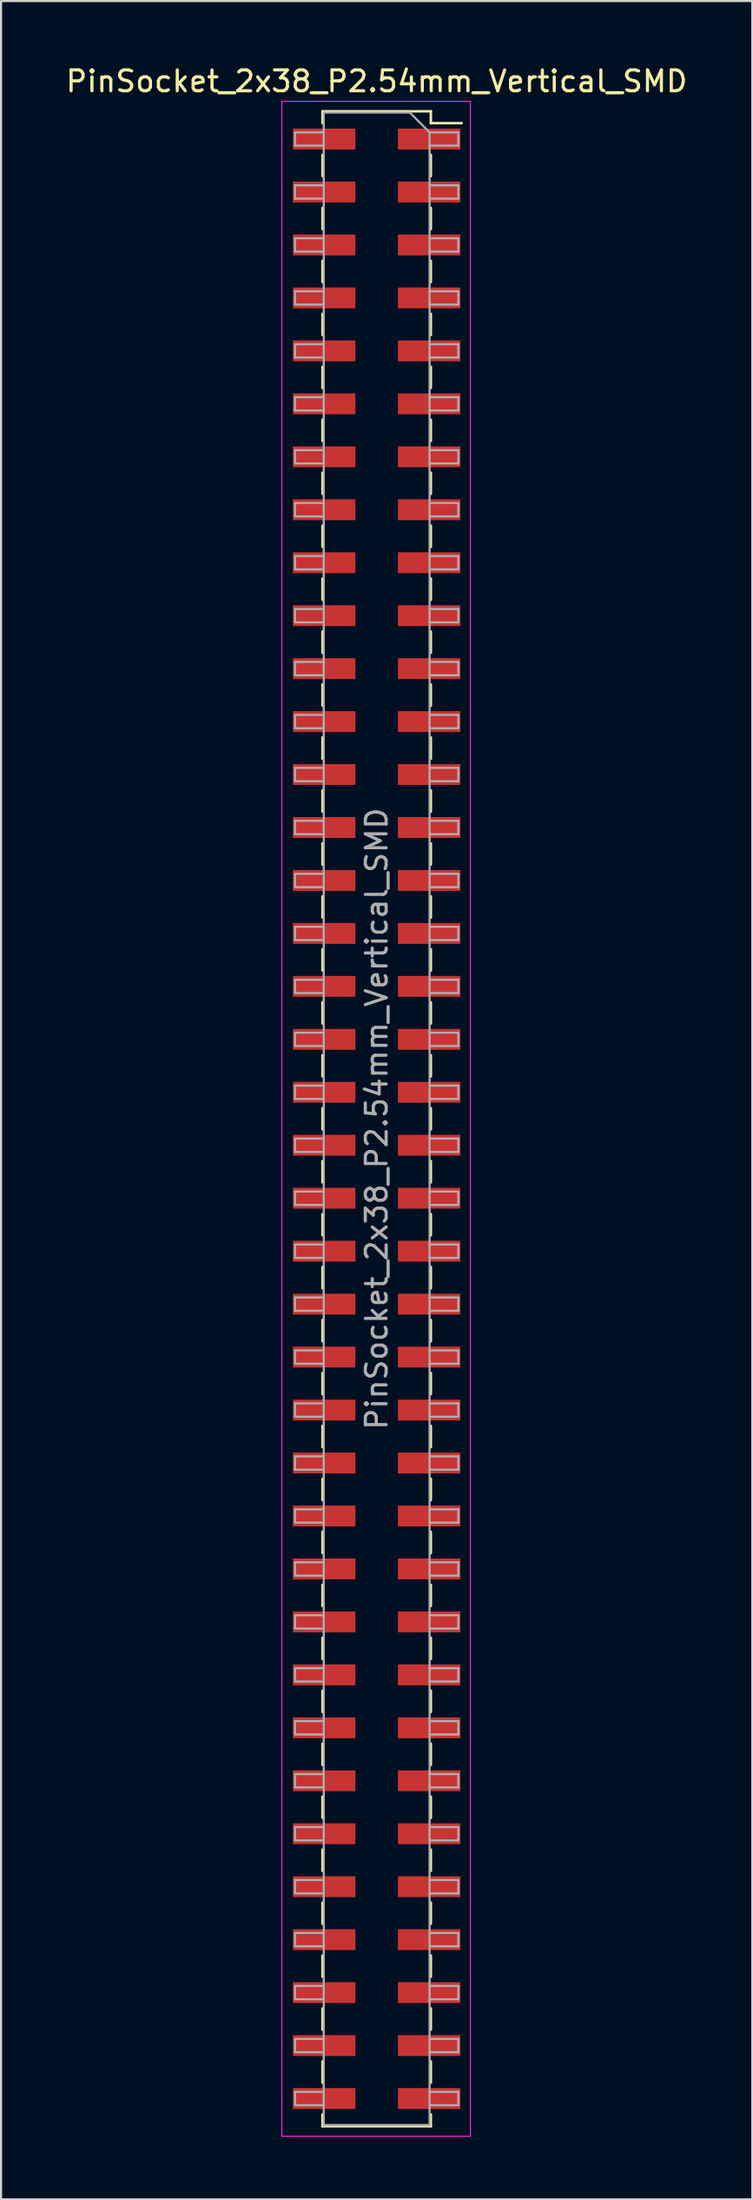
<source format=kicad_pcb>
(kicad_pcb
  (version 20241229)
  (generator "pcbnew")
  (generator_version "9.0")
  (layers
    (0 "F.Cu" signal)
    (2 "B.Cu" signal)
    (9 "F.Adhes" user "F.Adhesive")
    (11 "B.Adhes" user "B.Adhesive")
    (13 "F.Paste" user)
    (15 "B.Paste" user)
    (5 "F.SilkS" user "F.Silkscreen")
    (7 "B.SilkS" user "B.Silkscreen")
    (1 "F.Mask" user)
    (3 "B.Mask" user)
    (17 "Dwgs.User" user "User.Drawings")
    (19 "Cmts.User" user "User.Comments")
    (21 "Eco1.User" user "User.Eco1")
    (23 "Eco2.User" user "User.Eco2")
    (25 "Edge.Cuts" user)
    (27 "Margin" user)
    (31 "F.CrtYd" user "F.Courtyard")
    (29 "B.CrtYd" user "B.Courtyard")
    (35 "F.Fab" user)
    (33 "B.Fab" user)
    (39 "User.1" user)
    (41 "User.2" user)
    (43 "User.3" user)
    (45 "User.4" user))
  (footprint "PinSocket_2x38_P2.54mm_Vertical_SMD"
    (layer "F.Cu")
    (at 15.03 50.608)
    (property "Reference" "PinSocket_2x38_P2.54mm_Vertical_SMD" (at 0 -49.76 0) (layer "F.SilkS") (effects (font (size 1 1) (thickness 0.15))))
    (attr smd)
    (fp_line (start -2.6 -48.32) (end 2.6 -48.32) (stroke (width 0.12) (type solid)) (layer "F.SilkS"))
    (fp_line (start -2.6 -47.75) (end -2.6 -48.32) (stroke (width 0.12) (type solid)) (layer "F.SilkS"))
    (fp_line (start -2.6 -46.23) (end -2.6 -45.21) (stroke (width 0.12) (type solid)) (layer "F.SilkS"))
    (fp_line (start -2.6 -43.69) (end -2.6 -42.67) (stroke (width 0.12) (type solid)) (layer "F.SilkS"))
    (fp_line (start -2.6 -41.15) (end -2.6 -40.13) (stroke (width 0.12) (type solid)) (layer "F.SilkS"))
    (fp_line (start -2.6 -38.61) (end -2.6 -37.59) (stroke (width 0.12) (type solid)) (layer "F.SilkS"))
    (fp_line (start -2.6 -36.07) (end -2.6 -35.05) (stroke (width 0.12) (type solid)) (layer "F.SilkS"))
    (fp_line (start -2.6 -33.53) (end -2.6 -32.51) (stroke (width 0.12) (type solid)) (layer "F.SilkS"))
    (fp_line (start -2.6 -30.99) (end -2.6 -29.97) (stroke (width 0.12) (type solid)) (layer "F.SilkS"))
    (fp_line (start -2.6 -28.45) (end -2.6 -27.43) (stroke (width 0.12) (type solid)) (layer "F.SilkS"))
    (fp_line (start -2.6 -25.91) (end -2.6 -24.89) (stroke (width 0.12) (type solid)) (layer "F.SilkS"))
    (fp_line (start -2.6 -23.37) (end -2.6 -22.35) (stroke (width 0.12) (type solid)) (layer "F.SilkS"))
    (fp_line (start -2.6 -20.83) (end -2.6 -19.81) (stroke (width 0.12) (type solid)) (layer "F.SilkS"))
    (fp_line (start -2.6 -18.29) (end -2.6 -17.27) (stroke (width 0.12) (type solid)) (layer "F.SilkS"))
    (fp_line (start -2.6 -15.75) (end -2.6 -14.73) (stroke (width 0.12) (type solid)) (layer "F.SilkS"))
    (fp_line (start -2.6 -13.21) (end -2.6 -12.19) (stroke (width 0.12) (type solid)) (layer "F.SilkS"))
    (fp_line (start -2.6 -10.67) (end -2.6 -9.65) (stroke (width 0.12) (type solid)) (layer "F.SilkS"))
    (fp_line (start -2.6 -8.13) (end -2.6 -7.11) (stroke (width 0.12) (type solid)) (layer "F.SilkS"))
    (fp_line (start -2.6 -5.59) (end -2.6 -4.57) (stroke (width 0.12) (type solid)) (layer "F.SilkS"))
    (fp_line (start -2.6 -3.05) (end -2.6 -2.03) (stroke (width 0.12) (type solid)) (layer "F.SilkS"))
    (fp_line (start -2.6 -0.51) (end -2.6 0.51) (stroke (width 0.12) (type solid)) (layer "F.SilkS"))
    (fp_line (start -2.6 2.03) (end -2.6 3.05) (stroke (width 0.12) (type solid)) (layer "F.SilkS"))
    (fp_line (start -2.6 4.57) (end -2.6 5.59) (stroke (width 0.12) (type solid)) (layer "F.SilkS"))
    (fp_line (start -2.6 7.11) (end -2.6 8.13) (stroke (width 0.12) (type solid)) (layer "F.SilkS"))
    (fp_line (start -2.6 9.65) (end -2.6 10.67) (stroke (width 0.12) (type solid)) (layer "F.SilkS"))
    (fp_line (start -2.6 12.19) (end -2.6 13.21) (stroke (width 0.12) (type solid)) (layer "F.SilkS"))
    (fp_line (start -2.6 14.73) (end -2.6 15.75) (stroke (width 0.12) (type solid)) (layer "F.SilkS"))
    (fp_line (start -2.6 17.27) (end -2.6 18.29) (stroke (width 0.12) (type solid)) (layer "F.SilkS"))
    (fp_line (start -2.6 19.81) (end -2.6 20.83) (stroke (width 0.12) (type solid)) (layer "F.SilkS"))
    (fp_line (start -2.6 22.35) (end -2.6 23.37) (stroke (width 0.12) (type solid)) (layer "F.SilkS"))
    (fp_line (start -2.6 24.89) (end -2.6 25.91) (stroke (width 0.12) (type solid)) (layer "F.SilkS"))
    (fp_line (start -2.6 27.43) (end -2.6 28.45) (stroke (width 0.12) (type solid)) (layer "F.SilkS"))
    (fp_line (start -2.6 29.97) (end -2.6 30.99) (stroke (width 0.12) (type solid)) (layer "F.SilkS"))
    (fp_line (start -2.6 32.51) (end -2.6 33.53) (stroke (width 0.12) (type solid)) (layer "F.SilkS"))
    (fp_line (start -2.6 35.05) (end -2.6 36.07) (stroke (width 0.12) (type solid)) (layer "F.SilkS"))
    (fp_line (start -2.6 37.59) (end -2.6 38.61) (stroke (width 0.12) (type solid)) (layer "F.SilkS"))
    (fp_line (start -2.6 40.13) (end -2.6 41.15) (stroke (width 0.12) (type solid)) (layer "F.SilkS"))
    (fp_line (start -2.6 42.67) (end -2.6 43.69) (stroke (width 0.12) (type solid)) (layer "F.SilkS"))
    (fp_line (start -2.6 45.21) (end -2.6 46.23) (stroke (width 0.12) (type solid)) (layer "F.SilkS"))
    (fp_line (start -2.6 48.32) (end -2.6 47.75) (stroke (width 0.12) (type solid)) (layer "F.SilkS"))
    (fp_line (start 2.6 -48.32) (end 2.6 -47.75) (stroke (width 0.12) (type solid)) (layer "F.SilkS"))
    (fp_line (start 2.6 -47.75) (end 4.08 -47.75) (stroke (width 0.12) (type solid)) (layer "F.SilkS"))
    (fp_line (start 2.6 -45.21) (end 2.6 -46.23) (stroke (width 0.12) (type solid)) (layer "F.SilkS"))
    (fp_line (start 2.6 -42.67) (end 2.6 -43.69) (stroke (width 0.12) (type solid)) (layer "F.SilkS"))
    (fp_line (start 2.6 -40.13) (end 2.6 -41.15) (stroke (width 0.12) (type solid)) (layer "F.SilkS"))
    (fp_line (start 2.6 -37.59) (end 2.6 -38.61) (stroke (width 0.12) (type solid)) (layer "F.SilkS"))
    (fp_line (start 2.6 -35.05) (end 2.6 -36.07) (stroke (width 0.12) (type solid)) (layer "F.SilkS"))
    (fp_line (start 2.6 -32.51) (end 2.6 -33.53) (stroke (width 0.12) (type solid)) (layer "F.SilkS"))
    (fp_line (start 2.6 -29.97) (end 2.6 -30.99) (stroke (width 0.12) (type solid)) (layer "F.SilkS"))
    (fp_line (start 2.6 -27.43) (end 2.6 -28.45) (stroke (width 0.12) (type solid)) (layer "F.SilkS"))
    (fp_line (start 2.6 -24.89) (end 2.6 -25.91) (stroke (width 0.12) (type solid)) (layer "F.SilkS"))
    (fp_line (start 2.6 -22.35) (end 2.6 -23.37) (stroke (width 0.12) (type solid)) (layer "F.SilkS"))
    (fp_line (start 2.6 -19.81) (end 2.6 -20.83) (stroke (width 0.12) (type solid)) (layer "F.SilkS"))
    (fp_line (start 2.6 -17.27) (end 2.6 -18.29) (stroke (width 0.12) (type solid)) (layer "F.SilkS"))
    (fp_line (start 2.6 -14.73) (end 2.6 -15.75) (stroke (width 0.12) (type solid)) (layer "F.SilkS"))
    (fp_line (start 2.6 -12.19) (end 2.6 -13.21) (stroke (width 0.12) (type solid)) (layer "F.SilkS"))
    (fp_line (start 2.6 -9.65) (end 2.6 -10.67) (stroke (width 0.12) (type solid)) (layer "F.SilkS"))
    (fp_line (start 2.6 -7.11) (end 2.6 -8.13) (stroke (width 0.12) (type solid)) (layer "F.SilkS"))
    (fp_line (start 2.6 -4.57) (end 2.6 -5.59) (stroke (width 0.12) (type solid)) (layer "F.SilkS"))
    (fp_line (start 2.6 -2.03) (end 2.6 -3.05) (stroke (width 0.12) (type solid)) (layer "F.SilkS"))
    (fp_line (start 2.6 0.51) (end 2.6 -0.51) (stroke (width 0.12) (type solid)) (layer "F.SilkS"))
    (fp_line (start 2.6 3.05) (end 2.6 2.03) (stroke (width 0.12) (type solid)) (layer "F.SilkS"))
    (fp_line (start 2.6 5.59) (end 2.6 4.57) (stroke (width 0.12) (type solid)) (layer "F.SilkS"))
    (fp_line (start 2.6 8.13) (end 2.6 7.11) (stroke (width 0.12) (type solid)) (layer "F.SilkS"))
    (fp_line (start 2.6 10.67) (end 2.6 9.65) (stroke (width 0.12) (type solid)) (layer "F.SilkS"))
    (fp_line (start 2.6 13.21) (end 2.6 12.19) (stroke (width 0.12) (type solid)) (layer "F.SilkS"))
    (fp_line (start 2.6 15.75) (end 2.6 14.73) (stroke (width 0.12) (type solid)) (layer "F.SilkS"))
    (fp_line (start 2.6 18.29) (end 2.6 17.27) (stroke (width 0.12) (type solid)) (layer "F.SilkS"))
    (fp_line (start 2.6 20.83) (end 2.6 19.81) (stroke (width 0.12) (type solid)) (layer "F.SilkS"))
    (fp_line (start 2.6 23.37) (end 2.6 22.35) (stroke (width 0.12) (type solid)) (layer "F.SilkS"))
    (fp_line (start 2.6 25.91) (end 2.6 24.89) (stroke (width 0.12) (type solid)) (layer "F.SilkS"))
    (fp_line (start 2.6 28.45) (end 2.6 27.43) (stroke (width 0.12) (type solid)) (layer "F.SilkS"))
    (fp_line (start 2.6 30.99) (end 2.6 29.97) (stroke (width 0.12) (type solid)) (layer "F.SilkS"))
    (fp_line (start 2.6 33.53) (end 2.6 32.51) (stroke (width 0.12) (type solid)) (layer "F.SilkS"))
    (fp_line (start 2.6 36.07) (end 2.6 35.05) (stroke (width 0.12) (type solid)) (layer "F.SilkS"))
    (fp_line (start 2.6 38.61) (end 2.6 37.59) (stroke (width 0.12) (type solid)) (layer "F.SilkS"))
    (fp_line (start 2.6 41.15) (end 2.6 40.13) (stroke (width 0.12) (type solid)) (layer "F.SilkS"))
    (fp_line (start 2.6 43.69) (end 2.6 42.67) (stroke (width 0.12) (type solid)) (layer "F.SilkS"))
    (fp_line (start 2.6 46.23) (end 2.6 45.21) (stroke (width 0.12) (type solid)) (layer "F.SilkS"))
    (fp_line (start 2.6 47.75) (end 2.6 48.32) (stroke (width 0.12) (type solid)) (layer "F.SilkS"))
    (fp_line (start 2.6 48.32) (end -2.6 48.32) (stroke (width 0.12) (type solid)) (layer "F.SilkS"))
    (fp_line (start -4.55 -48.8) (end 4.5 -48.8) (stroke (width 0.05) (type solid)) (layer "F.CrtYd"))
    (fp_line (start -4.55 48.8) (end -4.55 -48.8) (stroke (width 0.05) (type solid)) (layer "F.CrtYd"))
    (fp_line (start 4.5 -48.8) (end 4.5 48.8) (stroke (width 0.05) (type solid)) (layer "F.CrtYd"))
    (fp_line (start 4.5 48.8) (end -4.55 48.8) (stroke (width 0.05) (type solid)) (layer "F.CrtYd"))
    (fp_line (start -3.92 -47.31) (end -2.54 -47.31) (stroke (width 0.1) (type solid)) (layer "F.Fab"))
    (fp_line (start -3.92 -46.67) (end -3.92 -47.31) (stroke (width 0.1) (type solid)) (layer "F.Fab"))
    (fp_line (start -3.92 -44.77) (end -2.54 -44.77) (stroke (width 0.1) (type solid)) (layer "F.Fab"))
    (fp_line (start -3.92 -44.13) (end -3.92 -44.77) (stroke (width 0.1) (type solid)) (layer "F.Fab"))
    (fp_line (start -3.92 -42.23) (end -2.54 -42.23) (stroke (width 0.1) (type solid)) (layer "F.Fab"))
    (fp_line (start -3.92 -41.59) (end -3.92 -42.23) (stroke (width 0.1) (type solid)) (layer "F.Fab"))
    (fp_line (start -3.92 -39.69) (end -2.54 -39.69) (stroke (width 0.1) (type solid)) (layer "F.Fab"))
    (fp_line (start -3.92 -39.05) (end -3.92 -39.69) (stroke (width 0.1) (type solid)) (layer "F.Fab"))
    (fp_line (start -3.92 -37.15) (end -2.54 -37.15) (stroke (width 0.1) (type solid)) (layer "F.Fab"))
    (fp_line (start -3.92 -36.51) (end -3.92 -37.15) (stroke (width 0.1) (type solid)) (layer "F.Fab"))
    (fp_line (start -3.92 -34.61) (end -2.54 -34.61) (stroke (width 0.1) (type solid)) (layer "F.Fab"))
    (fp_line (start -3.92 -33.97) (end -3.92 -34.61) (stroke (width 0.1) (type solid)) (layer "F.Fab"))
    (fp_line (start -3.92 -32.07) (end -2.54 -32.07) (stroke (width 0.1) (type solid)) (layer "F.Fab"))
    (fp_line (start -3.92 -31.43) (end -3.92 -32.07) (stroke (width 0.1) (type solid)) (layer "F.Fab"))
    (fp_line (start -3.92 -29.53) (end -2.54 -29.53) (stroke (width 0.1) (type solid)) (layer "F.Fab"))
    (fp_line (start -3.92 -28.89) (end -3.92 -29.53) (stroke (width 0.1) (type solid)) (layer "F.Fab"))
    (fp_line (start -3.92 -26.99) (end -2.54 -26.99) (stroke (width 0.1) (type solid)) (layer "F.Fab"))
    (fp_line (start -3.92 -26.35) (end -3.92 -26.99) (stroke (width 0.1) (type solid)) (layer "F.Fab"))
    (fp_line (start -3.92 -24.45) (end -2.54 -24.45) (stroke (width 0.1) (type solid)) (layer "F.Fab"))
    (fp_line (start -3.92 -23.81) (end -3.92 -24.45) (stroke (width 0.1) (type solid)) (layer "F.Fab"))
    (fp_line (start -3.92 -21.91) (end -2.54 -21.91) (stroke (width 0.1) (type solid)) (layer "F.Fab"))
    (fp_line (start -3.92 -21.27) (end -3.92 -21.91) (stroke (width 0.1) (type solid)) (layer "F.Fab"))
    (fp_line (start -3.92 -19.37) (end -2.54 -19.37) (stroke (width 0.1) (type solid)) (layer "F.Fab"))
    (fp_line (start -3.92 -18.73) (end -3.92 -19.37) (stroke (width 0.1) (type solid)) (layer "F.Fab"))
    (fp_line (start -3.92 -16.83) (end -2.54 -16.83) (stroke (width 0.1) (type solid)) (layer "F.Fab"))
    (fp_line (start -3.92 -16.19) (end -3.92 -16.83) (stroke (width 0.1) (type solid)) (layer "F.Fab"))
    (fp_line (start -3.92 -14.29) (end -2.54 -14.29) (stroke (width 0.1) (type solid)) (layer "F.Fab"))
    (fp_line (start -3.92 -13.65) (end -3.92 -14.29) (stroke (width 0.1) (type solid)) (layer "F.Fab"))
    (fp_line (start -3.92 -11.75) (end -2.54 -11.75) (stroke (width 0.1) (type solid)) (layer "F.Fab"))
    (fp_line (start -3.92 -11.11) (end -3.92 -11.75) (stroke (width 0.1) (type solid)) (layer "F.Fab"))
    (fp_line (start -3.92 -9.21) (end -2.54 -9.21) (stroke (width 0.1) (type solid)) (layer "F.Fab"))
    (fp_line (start -3.92 -8.57) (end -3.92 -9.21) (stroke (width 0.1) (type solid)) (layer "F.Fab"))
    (fp_line (start -3.92 -6.67) (end -2.54 -6.67) (stroke (width 0.1) (type solid)) (layer "F.Fab"))
    (fp_line (start -3.92 -6.03) (end -3.92 -6.67) (stroke (width 0.1) (type solid)) (layer "F.Fab"))
    (fp_line (start -3.92 -4.13) (end -2.54 -4.13) (stroke (width 0.1) (type solid)) (layer "F.Fab"))
    (fp_line (start -3.92 -3.49) (end -3.92 -4.13) (stroke (width 0.1) (type solid)) (layer "F.Fab"))
    (fp_line (start -3.92 -1.59) (end -2.54 -1.59) (stroke (width 0.1) (type solid)) (layer "F.Fab"))
    (fp_line (start -3.92 -0.95) (end -3.92 -1.59) (stroke (width 0.1) (type solid)) (layer "F.Fab"))
    (fp_line (start -3.92 0.95) (end -2.54 0.95) (stroke (width 0.1) (type solid)) (layer "F.Fab"))
    (fp_line (start -3.92 1.59) (end -3.92 0.95) (stroke (width 0.1) (type solid)) (layer "F.Fab"))
    (fp_line (start -3.92 3.49) (end -2.54 3.49) (stroke (width 0.1) (type solid)) (layer "F.Fab"))
    (fp_line (start -3.92 4.13) (end -3.92 3.49) (stroke (width 0.1) (type solid)) (layer "F.Fab"))
    (fp_line (start -3.92 6.03) (end -2.54 6.03) (stroke (width 0.1) (type solid)) (layer "F.Fab"))
    (fp_line (start -3.92 6.67) (end -3.92 6.03) (stroke (width 0.1) (type solid)) (layer "F.Fab"))
    (fp_line (start -3.92 8.57) (end -2.54 8.57) (stroke (width 0.1) (type solid)) (layer "F.Fab"))
    (fp_line (start -3.92 9.21) (end -3.92 8.57) (stroke (width 0.1) (type solid)) (layer "F.Fab"))
    (fp_line (start -3.92 11.11) (end -2.54 11.11) (stroke (width 0.1) (type solid)) (layer "F.Fab"))
    (fp_line (start -3.92 11.75) (end -3.92 11.11) (stroke (width 0.1) (type solid)) (layer "F.Fab"))
    (fp_line (start -3.92 13.65) (end -2.54 13.65) (stroke (width 0.1) (type solid)) (layer "F.Fab"))
    (fp_line (start -3.92 14.29) (end -3.92 13.65) (stroke (width 0.1) (type solid)) (layer "F.Fab"))
    (fp_line (start -3.92 16.19) (end -2.54 16.19) (stroke (width 0.1) (type solid)) (layer "F.Fab"))
    (fp_line (start -3.92 16.83) (end -3.92 16.19) (stroke (width 0.1) (type solid)) (layer "F.Fab"))
    (fp_line (start -3.92 18.73) (end -2.54 18.73) (stroke (width 0.1) (type solid)) (layer "F.Fab"))
    (fp_line (start -3.92 19.37) (end -3.92 18.73) (stroke (width 0.1) (type solid)) (layer "F.Fab"))
    (fp_line (start -3.92 21.27) (end -2.54 21.27) (stroke (width 0.1) (type solid)) (layer "F.Fab"))
    (fp_line (start -3.92 21.91) (end -3.92 21.27) (stroke (width 0.1) (type solid)) (layer "F.Fab"))
    (fp_line (start -3.92 23.81) (end -2.54 23.81) (stroke (width 0.1) (type solid)) (layer "F.Fab"))
    (fp_line (start -3.92 24.45) (end -3.92 23.81) (stroke (width 0.1) (type solid)) (layer "F.Fab"))
    (fp_line (start -3.92 26.35) (end -2.54 26.35) (stroke (width 0.1) (type solid)) (layer "F.Fab"))
    (fp_line (start -3.92 26.99) (end -3.92 26.35) (stroke (width 0.1) (type solid)) (layer "F.Fab"))
    (fp_line (start -3.92 28.89) (end -2.54 28.89) (stroke (width 0.1) (type solid)) (layer "F.Fab"))
    (fp_line (start -3.92 29.53) (end -3.92 28.89) (stroke (width 0.1) (type solid)) (layer "F.Fab"))
    (fp_line (start -3.92 31.43) (end -2.54 31.43) (stroke (width 0.1) (type solid)) (layer "F.Fab"))
    (fp_line (start -3.92 32.07) (end -3.92 31.43) (stroke (width 0.1) (type solid)) (layer "F.Fab"))
    (fp_line (start -3.92 33.97) (end -2.54 33.97) (stroke (width 0.1) (type solid)) (layer "F.Fab"))
    (fp_line (start -3.92 34.61) (end -3.92 33.97) (stroke (width 0.1) (type solid)) (layer "F.Fab"))
    (fp_line (start -3.92 36.51) (end -2.54 36.51) (stroke (width 0.1) (type solid)) (layer "F.Fab"))
    (fp_line (start -3.92 37.15) (end -3.92 36.51) (stroke (width 0.1) (type solid)) (layer "F.Fab"))
    (fp_line (start -3.92 39.05) (end -2.54 39.05) (stroke (width 0.1) (type solid)) (layer "F.Fab"))
    (fp_line (start -3.92 39.69) (end -3.92 39.05) (stroke (width 0.1) (type solid)) (layer "F.Fab"))
    (fp_line (start -3.92 41.59) (end -2.54 41.59) (stroke (width 0.1) (type solid)) (layer "F.Fab"))
    (fp_line (start -3.92 42.23) (end -3.92 41.59) (stroke (width 0.1) (type solid)) (layer "F.Fab"))
    (fp_line (start -3.92 44.13) (end -2.54 44.13) (stroke (width 0.1) (type solid)) (layer "F.Fab"))
    (fp_line (start -3.92 44.77) (end -3.92 44.13) (stroke (width 0.1) (type solid)) (layer "F.Fab"))
    (fp_line (start -3.92 46.67) (end -2.54 46.67) (stroke (width 0.1) (type solid)) (layer "F.Fab"))
    (fp_line (start -3.92 47.31) (end -3.92 46.67) (stroke (width 0.1) (type solid)) (layer "F.Fab"))
    (fp_line (start -2.54 -48.26) (end 1.59 -48.26) (stroke (width 0.1) (type solid)) (layer "F.Fab"))
    (fp_line (start -2.54 -46.67) (end -3.92 -46.67) (stroke (width 0.1) (type solid)) (layer "F.Fab"))
    (fp_line (start -2.54 -44.13) (end -3.92 -44.13) (stroke (width 0.1) (type solid)) (layer "F.Fab"))
    (fp_line (start -2.54 -41.59) (end -3.92 -41.59) (stroke (width 0.1) (type solid)) (layer "F.Fab"))
    (fp_line (start -2.54 -39.05) (end -3.92 -39.05) (stroke (width 0.1) (type solid)) (layer "F.Fab"))
    (fp_line (start -2.54 -36.51) (end -3.92 -36.51) (stroke (width 0.1) (type solid)) (layer "F.Fab"))
    (fp_line (start -2.54 -33.97) (end -3.92 -33.97) (stroke (width 0.1) (type solid)) (layer "F.Fab"))
    (fp_line (start -2.54 -31.43) (end -3.92 -31.43) (stroke (width 0.1) (type solid)) (layer "F.Fab"))
    (fp_line (start -2.54 -28.89) (end -3.92 -28.89) (stroke (width 0.1) (type solid)) (layer "F.Fab"))
    (fp_line (start -2.54 -26.35) (end -3.92 -26.35) (stroke (width 0.1) (type solid)) (layer "F.Fab"))
    (fp_line (start -2.54 -23.81) (end -3.92 -23.81) (stroke (width 0.1) (type solid)) (layer "F.Fab"))
    (fp_line (start -2.54 -21.27) (end -3.92 -21.27) (stroke (width 0.1) (type solid)) (layer "F.Fab"))
    (fp_line (start -2.54 -18.73) (end -3.92 -18.73) (stroke (width 0.1) (type solid)) (layer "F.Fab"))
    (fp_line (start -2.54 -16.19) (end -3.92 -16.19) (stroke (width 0.1) (type solid)) (layer "F.Fab"))
    (fp_line (start -2.54 -13.65) (end -3.92 -13.65) (stroke (width 0.1) (type solid)) (layer "F.Fab"))
    (fp_line (start -2.54 -11.11) (end -3.92 -11.11) (stroke (width 0.1) (type solid)) (layer "F.Fab"))
    (fp_line (start -2.54 -8.57) (end -3.92 -8.57) (stroke (width 0.1) (type solid)) (layer "F.Fab"))
    (fp_line (start -2.54 -6.03) (end -3.92 -6.03) (stroke (width 0.1) (type solid)) (layer "F.Fab"))
    (fp_line (start -2.54 -3.49) (end -3.92 -3.49) (stroke (width 0.1) (type solid)) (layer "F.Fab"))
    (fp_line (start -2.54 -0.95) (end -3.92 -0.95) (stroke (width 0.1) (type solid)) (layer "F.Fab"))
    (fp_line (start -2.54 1.59) (end -3.92 1.59) (stroke (width 0.1) (type solid)) (layer "F.Fab"))
    (fp_line (start -2.54 4.13) (end -3.92 4.13) (stroke (width 0.1) (type solid)) (layer "F.Fab"))
    (fp_line (start -2.54 6.67) (end -3.92 6.67) (stroke (width 0.1) (type solid)) (layer "F.Fab"))
    (fp_line (start -2.54 9.21) (end -3.92 9.21) (stroke (width 0.1) (type solid)) (layer "F.Fab"))
    (fp_line (start -2.54 11.75) (end -3.92 11.75) (stroke (width 0.1) (type solid)) (layer "F.Fab"))
    (fp_line (start -2.54 14.29) (end -3.92 14.29) (stroke (width 0.1) (type solid)) (layer "F.Fab"))
    (fp_line (start -2.54 16.83) (end -3.92 16.83) (stroke (width 0.1) (type solid)) (layer "F.Fab"))
    (fp_line (start -2.54 19.37) (end -3.92 19.37) (stroke (width 0.1) (type solid)) (layer "F.Fab"))
    (fp_line (start -2.54 21.91) (end -3.92 21.91) (stroke (width 0.1) (type solid)) (layer "F.Fab"))
    (fp_line (start -2.54 24.45) (end -3.92 24.45) (stroke (width 0.1) (type solid)) (layer "F.Fab"))
    (fp_line (start -2.54 26.99) (end -3.92 26.99) (stroke (width 0.1) (type solid)) (layer "F.Fab"))
    (fp_line (start -2.54 29.53) (end -3.92 29.53) (stroke (width 0.1) (type solid)) (layer "F.Fab"))
    (fp_line (start -2.54 32.07) (end -3.92 32.07) (stroke (width 0.1) (type solid)) (layer "F.Fab"))
    (fp_line (start -2.54 34.61) (end -3.92 34.61) (stroke (width 0.1) (type solid)) (layer "F.Fab"))
    (fp_line (start -2.54 37.15) (end -3.92 37.15) (stroke (width 0.1) (type solid)) (layer "F.Fab"))
    (fp_line (start -2.54 39.69) (end -3.92 39.69) (stroke (width 0.1) (type solid)) (layer "F.Fab"))
    (fp_line (start -2.54 42.23) (end -3.92 42.23) (stroke (width 0.1) (type solid)) (layer "F.Fab"))
    (fp_line (start -2.54 44.77) (end -3.92 44.77) (stroke (width 0.1) (type solid)) (layer "F.Fab"))
    (fp_line (start -2.54 47.31) (end -3.92 47.31) (stroke (width 0.1) (type solid)) (layer "F.Fab"))
    (fp_line (start -2.54 48.26) (end -2.54 -48.26) (stroke (width 0.1) (type solid)) (layer "F.Fab"))
    (fp_line (start 1.59 -48.26) (end 2.54 -47.31) (stroke (width 0.1) (type solid)) (layer "F.Fab"))
    (fp_line (start 2.54 -47.31) (end 2.54 48.26) (stroke (width 0.1) (type solid)) (layer "F.Fab"))
    (fp_line (start 2.54 -47.31) (end 3.92 -47.31) (stroke (width 0.1) (type solid)) (layer "F.Fab"))
    (fp_line (start 2.54 -44.77) (end 3.92 -44.77) (stroke (width 0.1) (type solid)) (layer "F.Fab"))
    (fp_line (start 2.54 -42.23) (end 3.92 -42.23) (stroke (width 0.1) (type solid)) (layer "F.Fab"))
    (fp_line (start 2.54 -39.69) (end 3.92 -39.69) (stroke (width 0.1) (type solid)) (layer "F.Fab"))
    (fp_line (start 2.54 -37.15) (end 3.92 -37.15) (stroke (width 0.1) (type solid)) (layer "F.Fab"))
    (fp_line (start 2.54 -34.61) (end 3.92 -34.61) (stroke (width 0.1) (type solid)) (layer "F.Fab"))
    (fp_line (start 2.54 -32.07) (end 3.92 -32.07) (stroke (width 0.1) (type solid)) (layer "F.Fab"))
    (fp_line (start 2.54 -29.53) (end 3.92 -29.53) (stroke (width 0.1) (type solid)) (layer "F.Fab"))
    (fp_line (start 2.54 -26.99) (end 3.92 -26.99) (stroke (width 0.1) (type solid)) (layer "F.Fab"))
    (fp_line (start 2.54 -24.45) (end 3.92 -24.45) (stroke (width 0.1) (type solid)) (layer "F.Fab"))
    (fp_line (start 2.54 -21.91) (end 3.92 -21.91) (stroke (width 0.1) (type solid)) (layer "F.Fab"))
    (fp_line (start 2.54 -19.37) (end 3.92 -19.37) (stroke (width 0.1) (type solid)) (layer "F.Fab"))
    (fp_line (start 2.54 -16.83) (end 3.92 -16.83) (stroke (width 0.1) (type solid)) (layer "F.Fab"))
    (fp_line (start 2.54 -14.29) (end 3.92 -14.29) (stroke (width 0.1) (type solid)) (layer "F.Fab"))
    (fp_line (start 2.54 -11.75) (end 3.92 -11.75) (stroke (width 0.1) (type solid)) (layer "F.Fab"))
    (fp_line (start 2.54 -9.21) (end 3.92 -9.21) (stroke (width 0.1) (type solid)) (layer "F.Fab"))
    (fp_line (start 2.54 -6.67) (end 3.92 -6.67) (stroke (width 0.1) (type solid)) (layer "F.Fab"))
    (fp_line (start 2.54 -4.13) (end 3.92 -4.13) (stroke (width 0.1) (type solid)) (layer "F.Fab"))
    (fp_line (start 2.54 -1.59) (end 3.92 -1.59) (stroke (width 0.1) (type solid)) (layer "F.Fab"))
    (fp_line (start 2.54 0.95) (end 3.92 0.95) (stroke (width 0.1) (type solid)) (layer "F.Fab"))
    (fp_line (start 2.54 3.49) (end 3.92 3.49) (stroke (width 0.1) (type solid)) (layer "F.Fab"))
    (fp_line (start 2.54 6.03) (end 3.92 6.03) (stroke (width 0.1) (type solid)) (layer "F.Fab"))
    (fp_line (start 2.54 8.57) (end 3.92 8.57) (stroke (width 0.1) (type solid)) (layer "F.Fab"))
    (fp_line (start 2.54 11.11) (end 3.92 11.11) (stroke (width 0.1) (type solid)) (layer "F.Fab"))
    (fp_line (start 2.54 13.65) (end 3.92 13.65) (stroke (width 0.1) (type solid)) (layer "F.Fab"))
    (fp_line (start 2.54 16.19) (end 3.92 16.19) (stroke (width 0.1) (type solid)) (layer "F.Fab"))
    (fp_line (start 2.54 18.73) (end 3.92 18.73) (stroke (width 0.1) (type solid)) (layer "F.Fab"))
    (fp_line (start 2.54 21.27) (end 3.92 21.27) (stroke (width 0.1) (type solid)) (layer "F.Fab"))
    (fp_line (start 2.54 23.81) (end 3.92 23.81) (stroke (width 0.1) (type solid)) (layer "F.Fab"))
    (fp_line (start 2.54 26.35) (end 3.92 26.35) (stroke (width 0.1) (type solid)) (layer "F.Fab"))
    (fp_line (start 2.54 28.89) (end 3.92 28.89) (stroke (width 0.1) (type solid)) (layer "F.Fab"))
    (fp_line (start 2.54 31.43) (end 3.92 31.43) (stroke (width 0.1) (type solid)) (layer "F.Fab"))
    (fp_line (start 2.54 33.97) (end 3.92 33.97) (stroke (width 0.1) (type solid)) (layer "F.Fab"))
    (fp_line (start 2.54 36.51) (end 3.92 36.51) (stroke (width 0.1) (type solid)) (layer "F.Fab"))
    (fp_line (start 2.54 39.05) (end 3.92 39.05) (stroke (width 0.1) (type solid)) (layer "F.Fab"))
    (fp_line (start 2.54 41.59) (end 3.92 41.59) (stroke (width 0.1) (type solid)) (layer "F.Fab"))
    (fp_line (start 2.54 44.13) (end 3.92 44.13) (stroke (width 0.1) (type solid)) (layer "F.Fab"))
    (fp_line (start 2.54 46.67) (end 3.92 46.67) (stroke (width 0.1) (type solid)) (layer "F.Fab"))
    (fp_line (start 2.54 48.26) (end -2.54 48.26) (stroke (width 0.1) (type solid)) (layer "F.Fab"))
    (fp_line (start 3.92 -47.31) (end 3.92 -46.67) (stroke (width 0.1) (type solid)) (layer "F.Fab"))
    (fp_line (start 3.92 -46.67) (end 2.54 -46.67) (stroke (width 0.1) (type solid)) (layer "F.Fab"))
    (fp_line (start 3.92 -44.77) (end 3.92 -44.13) (stroke (width 0.1) (type solid)) (layer "F.Fab"))
    (fp_line (start 3.92 -44.13) (end 2.54 -44.13) (stroke (width 0.1) (type solid)) (layer "F.Fab"))
    (fp_line (start 3.92 -42.23) (end 3.92 -41.59) (stroke (width 0.1) (type solid)) (layer "F.Fab"))
    (fp_line (start 3.92 -41.59) (end 2.54 -41.59) (stroke (width 0.1) (type solid)) (layer "F.Fab"))
    (fp_line (start 3.92 -39.69) (end 3.92 -39.05) (stroke (width 0.1) (type solid)) (layer "F.Fab"))
    (fp_line (start 3.92 -39.05) (end 2.54 -39.05) (stroke (width 0.1) (type solid)) (layer "F.Fab"))
    (fp_line (start 3.92 -37.15) (end 3.92 -36.51) (stroke (width 0.1) (type solid)) (layer "F.Fab"))
    (fp_line (start 3.92 -36.51) (end 2.54 -36.51) (stroke (width 0.1) (type solid)) (layer "F.Fab"))
    (fp_line (start 3.92 -34.61) (end 3.92 -33.97) (stroke (width 0.1) (type solid)) (layer "F.Fab"))
    (fp_line (start 3.92 -33.97) (end 2.54 -33.97) (stroke (width 0.1) (type solid)) (layer "F.Fab"))
    (fp_line (start 3.92 -32.07) (end 3.92 -31.43) (stroke (width 0.1) (type solid)) (layer "F.Fab"))
    (fp_line (start 3.92 -31.43) (end 2.54 -31.43) (stroke (width 0.1) (type solid)) (layer "F.Fab"))
    (fp_line (start 3.92 -29.53) (end 3.92 -28.89) (stroke (width 0.1) (type solid)) (layer "F.Fab"))
    (fp_line (start 3.92 -28.89) (end 2.54 -28.89) (stroke (width 0.1) (type solid)) (layer "F.Fab"))
    (fp_line (start 3.92 -26.99) (end 3.92 -26.35) (stroke (width 0.1) (type solid)) (layer "F.Fab"))
    (fp_line (start 3.92 -26.35) (end 2.54 -26.35) (stroke (width 0.1) (type solid)) (layer "F.Fab"))
    (fp_line (start 3.92 -24.45) (end 3.92 -23.81) (stroke (width 0.1) (type solid)) (layer "F.Fab"))
    (fp_line (start 3.92 -23.81) (end 2.54 -23.81) (stroke (width 0.1) (type solid)) (layer "F.Fab"))
    (fp_line (start 3.92 -21.91) (end 3.92 -21.27) (stroke (width 0.1) (type solid)) (layer "F.Fab"))
    (fp_line (start 3.92 -21.27) (end 2.54 -21.27) (stroke (width 0.1) (type solid)) (layer "F.Fab"))
    (fp_line (start 3.92 -19.37) (end 3.92 -18.73) (stroke (width 0.1) (type solid)) (layer "F.Fab"))
    (fp_line (start 3.92 -18.73) (end 2.54 -18.73) (stroke (width 0.1) (type solid)) (layer "F.Fab"))
    (fp_line (start 3.92 -16.83) (end 3.92 -16.19) (stroke (width 0.1) (type solid)) (layer "F.Fab"))
    (fp_line (start 3.92 -16.19) (end 2.54 -16.19) (stroke (width 0.1) (type solid)) (layer "F.Fab"))
    (fp_line (start 3.92 -14.29) (end 3.92 -13.65) (stroke (width 0.1) (type solid)) (layer "F.Fab"))
    (fp_line (start 3.92 -13.65) (end 2.54 -13.65) (stroke (width 0.1) (type solid)) (layer "F.Fab"))
    (fp_line (start 3.92 -11.75) (end 3.92 -11.11) (stroke (width 0.1) (type solid)) (layer "F.Fab"))
    (fp_line (start 3.92 -11.11) (end 2.54 -11.11) (stroke (width 0.1) (type solid)) (layer "F.Fab"))
    (fp_line (start 3.92 -9.21) (end 3.92 -8.57) (stroke (width 0.1) (type solid)) (layer "F.Fab"))
    (fp_line (start 3.92 -8.57) (end 2.54 -8.57) (stroke (width 0.1) (type solid)) (layer "F.Fab"))
    (fp_line (start 3.92 -6.67) (end 3.92 -6.03) (stroke (width 0.1) (type solid)) (layer "F.Fab"))
    (fp_line (start 3.92 -6.03) (end 2.54 -6.03) (stroke (width 0.1) (type solid)) (layer "F.Fab"))
    (fp_line (start 3.92 -4.13) (end 3.92 -3.49) (stroke (width 0.1) (type solid)) (layer "F.Fab"))
    (fp_line (start 3.92 -3.49) (end 2.54 -3.49) (stroke (width 0.1) (type solid)) (layer "F.Fab"))
    (fp_line (start 3.92 -1.59) (end 3.92 -0.95) (stroke (width 0.1) (type solid)) (layer "F.Fab"))
    (fp_line (start 3.92 -0.95) (end 2.54 -0.95) (stroke (width 0.1) (type solid)) (layer "F.Fab"))
    (fp_line (start 3.92 0.95) (end 3.92 1.59) (stroke (width 0.1) (type solid)) (layer "F.Fab"))
    (fp_line (start 3.92 1.59) (end 2.54 1.59) (stroke (width 0.1) (type solid)) (layer "F.Fab"))
    (fp_line (start 3.92 3.49) (end 3.92 4.13) (stroke (width 0.1) (type solid)) (layer "F.Fab"))
    (fp_line (start 3.92 4.13) (end 2.54 4.13) (stroke (width 0.1) (type solid)) (layer "F.Fab"))
    (fp_line (start 3.92 6.03) (end 3.92 6.67) (stroke (width 0.1) (type solid)) (layer "F.Fab"))
    (fp_line (start 3.92 6.67) (end 2.54 6.67) (stroke (width 0.1) (type solid)) (layer "F.Fab"))
    (fp_line (start 3.92 8.57) (end 3.92 9.21) (stroke (width 0.1) (type solid)) (layer "F.Fab"))
    (fp_line (start 3.92 9.21) (end 2.54 9.21) (stroke (width 0.1) (type solid)) (layer "F.Fab"))
    (fp_line (start 3.92 11.11) (end 3.92 11.75) (stroke (width 0.1) (type solid)) (layer "F.Fab"))
    (fp_line (start 3.92 11.75) (end 2.54 11.75) (stroke (width 0.1) (type solid)) (layer "F.Fab"))
    (fp_line (start 3.92 13.65) (end 3.92 14.29) (stroke (width 0.1) (type solid)) (layer "F.Fab"))
    (fp_line (start 3.92 14.29) (end 2.54 14.29) (stroke (width 0.1) (type solid)) (layer "F.Fab"))
    (fp_line (start 3.92 16.19) (end 3.92 16.83) (stroke (width 0.1) (type solid)) (layer "F.Fab"))
    (fp_line (start 3.92 16.83) (end 2.54 16.83) (stroke (width 0.1) (type solid)) (layer "F.Fab"))
    (fp_line (start 3.92 18.73) (end 3.92 19.37) (stroke (width 0.1) (type solid)) (layer "F.Fab"))
    (fp_line (start 3.92 19.37) (end 2.54 19.37) (stroke (width 0.1) (type solid)) (layer "F.Fab"))
    (fp_line (start 3.92 21.27) (end 3.92 21.91) (stroke (width 0.1) (type solid)) (layer "F.Fab"))
    (fp_line (start 3.92 21.91) (end 2.54 21.91) (stroke (width 0.1) (type solid)) (layer "F.Fab"))
    (fp_line (start 3.92 23.81) (end 3.92 24.45) (stroke (width 0.1) (type solid)) (layer "F.Fab"))
    (fp_line (start 3.92 24.45) (end 2.54 24.45) (stroke (width 0.1) (type solid)) (layer "F.Fab"))
    (fp_line (start 3.92 26.35) (end 3.92 26.99) (stroke (width 0.1) (type solid)) (layer "F.Fab"))
    (fp_line (start 3.92 26.99) (end 2.54 26.99) (stroke (width 0.1) (type solid)) (layer "F.Fab"))
    (fp_line (start 3.92 28.89) (end 3.92 29.53) (stroke (width 0.1) (type solid)) (layer "F.Fab"))
    (fp_line (start 3.92 29.53) (end 2.54 29.53) (stroke (width 0.1) (type solid)) (layer "F.Fab"))
    (fp_line (start 3.92 31.43) (end 3.92 32.07) (stroke (width 0.1) (type solid)) (layer "F.Fab"))
    (fp_line (start 3.92 32.07) (end 2.54 32.07) (stroke (width 0.1) (type solid)) (layer "F.Fab"))
    (fp_line (start 3.92 33.97) (end 3.92 34.61) (stroke (width 0.1) (type solid)) (layer "F.Fab"))
    (fp_line (start 3.92 34.61) (end 2.54 34.61) (stroke (width 0.1) (type solid)) (layer "F.Fab"))
    (fp_line (start 3.92 36.51) (end 3.92 37.15) (stroke (width 0.1) (type solid)) (layer "F.Fab"))
    (fp_line (start 3.92 37.15) (end 2.54 37.15) (stroke (width 0.1) (type solid)) (layer "F.Fab"))
    (fp_line (start 3.92 39.05) (end 3.92 39.69) (stroke (width 0.1) (type solid)) (layer "F.Fab"))
    (fp_line (start 3.92 39.69) (end 2.54 39.69) (stroke (width 0.1) (type solid)) (layer "F.Fab"))
    (fp_line (start 3.92 41.59) (end 3.92 42.23) (stroke (width 0.1) (type solid)) (layer "F.Fab"))
    (fp_line (start 3.92 42.23) (end 2.54 42.23) (stroke (width 0.1) (type solid)) (layer "F.Fab"))
    (fp_line (start 3.92 44.13) (end 3.92 44.77) (stroke (width 0.1) (type solid)) (layer "F.Fab"))
    (fp_line (start 3.92 44.77) (end 2.54 44.77) (stroke (width 0.1) (type solid)) (layer "F.Fab"))
    (fp_line (start 3.92 46.67) (end 3.92 47.31) (stroke (width 0.1) (type solid)) (layer "F.Fab"))
    (fp_line (start 3.92 47.31) (end 2.54 47.31) (stroke (width 0.1) (type solid)) (layer "F.Fab"))
    (fp_text user "${REFERENCE}" (at 0 0 90) (layer "F.Fab") (effects (font (size 1 1) (thickness 0.15))))
    (pad "1" smd rect (at 2.52 -46.99) (size 3 1) (layers "F.Cu" "F.Mask" "F.Paste"))
    (pad "2" smd rect (at -2.52 -46.99) (size 3 1) (layers "F.Cu" "F.Mask" "F.Paste"))
    (pad "3" smd rect (at 2.52 -44.45) (size 3 1) (layers "F.Cu" "F.Mask" "F.Paste"))
    (pad "4" smd rect (at -2.52 -44.45) (size 3 1) (layers "F.Cu" "F.Mask" "F.Paste"))
    (pad "5" smd rect (at 2.52 -41.91) (size 3 1) (layers "F.Cu" "F.Mask" "F.Paste"))
    (pad "6" smd rect (at -2.52 -41.91) (size 3 1) (layers "F.Cu" "F.Mask" "F.Paste"))
    (pad "7" smd rect (at 2.52 -39.37) (size 3 1) (layers "F.Cu" "F.Mask" "F.Paste"))
    (pad "8" smd rect (at -2.52 -39.37) (size 3 1) (layers "F.Cu" "F.Mask" "F.Paste"))
    (pad "9" smd rect (at 2.52 -36.83) (size 3 1) (layers "F.Cu" "F.Mask" "F.Paste"))
    (pad "10" smd rect (at -2.52 -36.83) (size 3 1) (layers "F.Cu" "F.Mask" "F.Paste"))
    (pad "11" smd rect (at 2.52 -34.29) (size 3 1) (layers "F.Cu" "F.Mask" "F.Paste"))
    (pad "12" smd rect (at -2.52 -34.29) (size 3 1) (layers "F.Cu" "F.Mask" "F.Paste"))
    (pad "13" smd rect (at 2.52 -31.75) (size 3 1) (layers "F.Cu" "F.Mask" "F.Paste"))
    (pad "14" smd rect (at -2.52 -31.75) (size 3 1) (layers "F.Cu" "F.Mask" "F.Paste"))
    (pad "15" smd rect (at 2.52 -29.21) (size 3 1) (layers "F.Cu" "F.Mask" "F.Paste"))
    (pad "16" smd rect (at -2.52 -29.21) (size 3 1) (layers "F.Cu" "F.Mask" "F.Paste"))
    (pad "17" smd rect (at 2.52 -26.67) (size 3 1) (layers "F.Cu" "F.Mask" "F.Paste"))
    (pad "18" smd rect (at -2.52 -26.67) (size 3 1) (layers "F.Cu" "F.Mask" "F.Paste"))
    (pad "19" smd rect (at 2.52 -24.13) (size 3 1) (layers "F.Cu" "F.Mask" "F.Paste"))
    (pad "20" smd rect (at -2.52 -24.13) (size 3 1) (layers "F.Cu" "F.Mask" "F.Paste"))
    (pad "21" smd rect (at 2.52 -21.59) (size 3 1) (layers "F.Cu" "F.Mask" "F.Paste"))
    (pad "22" smd rect (at -2.52 -21.59) (size 3 1) (layers "F.Cu" "F.Mask" "F.Paste"))
    (pad "23" smd rect (at 2.52 -19.05) (size 3 1) (layers "F.Cu" "F.Mask" "F.Paste"))
    (pad "24" smd rect (at -2.52 -19.05) (size 3 1) (layers "F.Cu" "F.Mask" "F.Paste"))
    (pad "25" smd rect (at 2.52 -16.51) (size 3 1) (layers "F.Cu" "F.Mask" "F.Paste"))
    (pad "26" smd rect (at -2.52 -16.51) (size 3 1) (layers "F.Cu" "F.Mask" "F.Paste"))
    (pad "27" smd rect (at 2.52 -13.97) (size 3 1) (layers "F.Cu" "F.Mask" "F.Paste"))
    (pad "28" smd rect (at -2.52 -13.97) (size 3 1) (layers "F.Cu" "F.Mask" "F.Paste"))
    (pad "29" smd rect (at 2.52 -11.43) (size 3 1) (layers "F.Cu" "F.Mask" "F.Paste"))
    (pad "30" smd rect (at -2.52 -11.43) (size 3 1) (layers "F.Cu" "F.Mask" "F.Paste"))
    (pad "31" smd rect (at 2.52 -8.89) (size 3 1) (layers "F.Cu" "F.Mask" "F.Paste"))
    (pad "32" smd rect (at -2.52 -8.89) (size 3 1) (layers "F.Cu" "F.Mask" "F.Paste"))
    (pad "33" smd rect (at 2.52 -6.35) (size 3 1) (layers "F.Cu" "F.Mask" "F.Paste"))
    (pad "34" smd rect (at -2.52 -6.35) (size 3 1) (layers "F.Cu" "F.Mask" "F.Paste"))
    (pad "35" smd rect (at 2.52 -3.81) (size 3 1) (layers "F.Cu" "F.Mask" "F.Paste"))
    (pad "36" smd rect (at -2.52 -3.81) (size 3 1) (layers "F.Cu" "F.Mask" "F.Paste"))
    (pad "37" smd rect (at 2.52 -1.27) (size 3 1) (layers "F.Cu" "F.Mask" "F.Paste"))
    (pad "38" smd rect (at -2.52 -1.27) (size 3 1) (layers "F.Cu" "F.Mask" "F.Paste"))
    (pad "39" smd rect (at 2.52 1.27) (size 3 1) (layers "F.Cu" "F.Mask" "F.Paste"))
    (pad "40" smd rect (at -2.52 1.27) (size 3 1) (layers "F.Cu" "F.Mask" "F.Paste"))
    (pad "41" smd rect (at 2.52 3.81) (size 3 1) (layers "F.Cu" "F.Mask" "F.Paste"))
    (pad "42" smd rect (at -2.52 3.81) (size 3 1) (layers "F.Cu" "F.Mask" "F.Paste"))
    (pad "43" smd rect (at 2.52 6.35) (size 3 1) (layers "F.Cu" "F.Mask" "F.Paste"))
    (pad "44" smd rect (at -2.52 6.35) (size 3 1) (layers "F.Cu" "F.Mask" "F.Paste"))
    (pad "45" smd rect (at 2.52 8.89) (size 3 1) (layers "F.Cu" "F.Mask" "F.Paste"))
    (pad "46" smd rect (at -2.52 8.89) (size 3 1) (layers "F.Cu" "F.Mask" "F.Paste"))
    (pad "47" smd rect (at 2.52 11.43) (size 3 1) (layers "F.Cu" "F.Mask" "F.Paste"))
    (pad "48" smd rect (at -2.52 11.43) (size 3 1) (layers "F.Cu" "F.Mask" "F.Paste"))
    (pad "49" smd rect (at 2.52 13.97) (size 3 1) (layers "F.Cu" "F.Mask" "F.Paste"))
    (pad "50" smd rect (at -2.52 13.97) (size 3 1) (layers "F.Cu" "F.Mask" "F.Paste"))
    (pad "51" smd rect (at 2.52 16.51) (size 3 1) (layers "F.Cu" "F.Mask" "F.Paste"))
    (pad "52" smd rect (at -2.52 16.51) (size 3 1) (layers "F.Cu" "F.Mask" "F.Paste"))
    (pad "53" smd rect (at 2.52 19.05) (size 3 1) (layers "F.Cu" "F.Mask" "F.Paste"))
    (pad "54" smd rect (at -2.52 19.05) (size 3 1) (layers "F.Cu" "F.Mask" "F.Paste"))
    (pad "55" smd rect (at 2.52 21.59) (size 3 1) (layers "F.Cu" "F.Mask" "F.Paste"))
    (pad "56" smd rect (at -2.52 21.59) (size 3 1) (layers "F.Cu" "F.Mask" "F.Paste"))
    (pad "57" smd rect (at 2.52 24.13) (size 3 1) (layers "F.Cu" "F.Mask" "F.Paste"))
    (pad "58" smd rect (at -2.52 24.13) (size 3 1) (layers "F.Cu" "F.Mask" "F.Paste"))
    (pad "59" smd rect (at 2.52 26.67) (size 3 1) (layers "F.Cu" "F.Mask" "F.Paste"))
    (pad "60" smd rect (at -2.52 26.67) (size 3 1) (layers "F.Cu" "F.Mask" "F.Paste"))
    (pad "61" smd rect (at 2.52 29.21) (size 3 1) (layers "F.Cu" "F.Mask" "F.Paste"))
    (pad "62" smd rect (at -2.52 29.21) (size 3 1) (layers "F.Cu" "F.Mask" "F.Paste"))
    (pad "63" smd rect (at 2.52 31.75) (size 3 1) (layers "F.Cu" "F.Mask" "F.Paste"))
    (pad "64" smd rect (at -2.52 31.75) (size 3 1) (layers "F.Cu" "F.Mask" "F.Paste"))
    (pad "65" smd rect (at 2.52 34.29) (size 3 1) (layers "F.Cu" "F.Mask" "F.Paste"))
    (pad "66" smd rect (at -2.52 34.29) (size 3 1) (layers "F.Cu" "F.Mask" "F.Paste"))
    (pad "67" smd rect (at 2.52 36.83) (size 3 1) (layers "F.Cu" "F.Mask" "F.Paste"))
    (pad "68" smd rect (at -2.52 36.83) (size 3 1) (layers "F.Cu" "F.Mask" "F.Paste"))
    (pad "69" smd rect (at 2.52 39.37) (size 3 1) (layers "F.Cu" "F.Mask" "F.Paste"))
    (pad "70" smd rect (at -2.52 39.37) (size 3 1) (layers "F.Cu" "F.Mask" "F.Paste"))
    (pad "71" smd rect (at 2.52 41.91) (size 3 1) (layers "F.Cu" "F.Mask" "F.Paste"))
    (pad "72" smd rect (at -2.52 41.91) (size 3 1) (layers "F.Cu" "F.Mask" "F.Paste"))
    (pad "73" smd rect (at 2.52 44.45) (size 3 1) (layers "F.Cu" "F.Mask" "F.Paste"))
    (pad "74" smd rect (at -2.52 44.45) (size 3 1) (layers "F.Cu" "F.Mask" "F.Paste"))
    (pad "75" smd rect (at 2.52 46.99) (size 3 1) (layers "F.Cu" "F.Mask" "F.Paste"))
    (pad "76" smd rect (at -2.52 46.99) (size 3 1) (layers "F.Cu" "F.Mask" "F.Paste")))
  (gr_rect
    (start -3 -3)
    (end 33.06 102.433)
    (stroke (width 0.1) (type default))
    (fill no)
    (layer "Edge.Cuts")))
</source>
